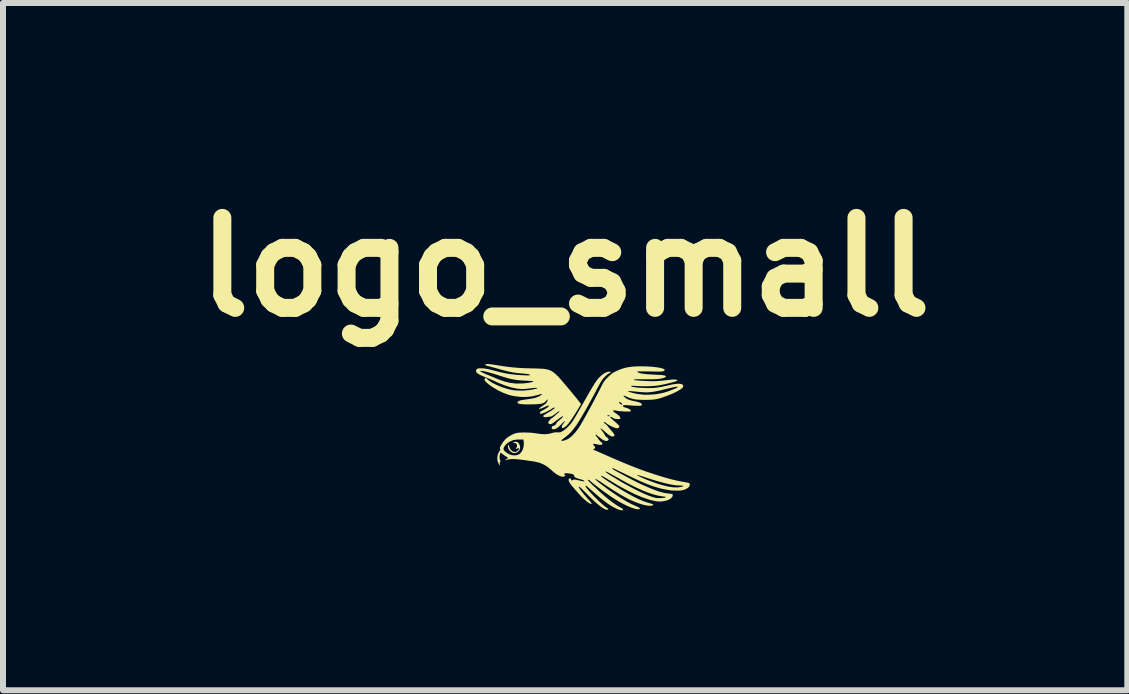
<source format=kicad_pcb>
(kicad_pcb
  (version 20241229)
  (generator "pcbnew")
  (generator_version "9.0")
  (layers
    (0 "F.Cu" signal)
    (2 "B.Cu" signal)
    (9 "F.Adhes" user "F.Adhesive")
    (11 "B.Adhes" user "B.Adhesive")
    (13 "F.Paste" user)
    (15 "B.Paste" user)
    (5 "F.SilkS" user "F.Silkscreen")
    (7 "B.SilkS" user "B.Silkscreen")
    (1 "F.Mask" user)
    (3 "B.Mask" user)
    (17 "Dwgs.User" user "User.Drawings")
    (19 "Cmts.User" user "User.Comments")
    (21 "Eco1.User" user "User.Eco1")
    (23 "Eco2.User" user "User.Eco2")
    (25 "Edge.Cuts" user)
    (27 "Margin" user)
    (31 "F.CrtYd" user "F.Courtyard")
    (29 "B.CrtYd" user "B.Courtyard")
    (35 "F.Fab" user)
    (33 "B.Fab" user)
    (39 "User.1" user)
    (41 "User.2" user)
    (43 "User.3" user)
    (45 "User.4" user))
  (footprint "logo_small"
    (layer "F.Cu")
    (at 6.621 4.204)
    (property "Reference" "logo_small" (at -0.25 -2.8 0) (layer "F.SilkS") (effects (font (size 1.5 1.5) (thickness 0.3))))
    (attr board_only exclude_from_pos_files exclude_from_bom)
    (fp_poly (pts (xy -1.042 0.118) (xy -1.02 0.14) (xy -1.004 0.176) (xy -1.002 0.185) (xy -1.001 0.22) (xy -1.013 0.252) (xy -1.035 0.277) (xy -1.064 0.294) (xy -1.096 0.3) (xy -1.129 0.293) (xy -1.136 0.29) (xy -1.173 0.262) (xy -1.195 0.228) (xy -1.202 0.204) (xy -1.204 0.177) (xy -1.201 0.163) (xy -1.195 0.162) (xy -1.187 0.177) (xy -1.182 0.193) (xy -1.165 0.232) (xy -1.139 0.262) (xy -1.107 0.278) (xy -1.099 0.28) (xy -1.076 0.281) (xy -1.057 0.272) (xy -1.045 0.263) (xy -1.028 0.246) (xy -1.019 0.23) (xy -1.019 0.226) (xy -1.02 0.216) (xy -1.028 0.216) (xy -1.041 0.222) (xy -1.059 0.229) (xy -1.07 0.228) (xy -1.069 0.22) (xy -1.063 0.213) (xy -1.053 0.193) (xy -1.052 0.168) (xy -1.061 0.146) (xy -1.064 0.142) (xy -1.081 0.133) (xy -1.102 0.129) (xy -1.128 0.128) (xy -1.101 0.116) (xy -1.069 0.109)) (stroke (width 0) (type solid)) (fill yes) (layer "F.SilkS"))
    (fp_poly (pts (xy -1.515 -1.184) (xy -1.465 -1.178) (xy -1.401 -1.168) (xy -1.387 -1.166) (xy -1.287 -1.15) (xy -1.195 -1.137) (xy -1.108 -1.128) (xy -1.02 -1.121) (xy -0.926 -1.116) (xy -0.821 -1.113) (xy -0.801 -1.113) (xy -0.731 -1.111) (xy -0.672 -1.109) (xy -0.62 -1.106) (xy -0.576 -1.101) (xy -0.536 -1.092) (xy -0.5 -1.08) (xy -0.466 -1.062) (xy -0.432 -1.038) (xy -0.397 -1.007) (xy -0.358 -0.968) (xy -0.315 -0.92) (xy -0.266 -0.862) (xy -0.208 -0.794) (xy -0.17 -0.748) (xy -0.134 -0.705) (xy -0.099 -0.662) (xy -0.067 -0.624) (xy -0.041 -0.591) (xy -0.023 -0.568) (xy -0.02 -0.564) (xy 0.016 -0.517) (xy -0.042 -0.422) (xy -0.088 -0.347) (xy -0.128 -0.286) (xy -0.162 -0.236) (xy -0.192 -0.196) (xy -0.218 -0.166) (xy -0.241 -0.144) (xy -0.263 -0.128) (xy -0.27 -0.124) (xy -0.287 -0.117) (xy -0.296 -0.118) (xy -0.3 -0.123) (xy -0.306 -0.14) (xy -0.302 -0.158) (xy -0.287 -0.182) (xy -0.278 -0.193) (xy -0.26 -0.216) (xy -0.252 -0.229) (xy -0.255 -0.232) (xy -0.265 -0.226) (xy -0.283 -0.211) (xy -0.306 -0.189) (xy -0.314 -0.18) (xy -0.355 -0.139) (xy -0.393 -0.113) (xy -0.427 -0.099) (xy -0.448 -0.097) (xy -0.467 -0.103) (xy -0.473 -0.114) (xy -0.473 -0.134) (xy -0.461 -0.149) (xy -0.445 -0.154) (xy -0.429 -0.159) (xy -0.411 -0.173) (xy -0.399 -0.19) (xy -0.396 -0.198) (xy -0.39 -0.208) (xy -0.374 -0.225) (xy -0.351 -0.245) (xy -0.34 -0.255) (xy -0.307 -0.282) (xy -0.289 -0.301) (xy -0.283 -0.312) (xy -0.29 -0.315) (xy -0.29 -0.315) (xy -0.3 -0.311) (xy -0.319 -0.299) (xy -0.344 -0.281) (xy -0.362 -0.268) (xy -0.406 -0.236) (xy -0.438 -0.212) (xy -0.462 -0.196) (xy -0.48 -0.187) (xy -0.492 -0.183) (xy -0.503 -0.183) (xy -0.512 -0.186) (xy -0.528 -0.196) (xy -0.534 -0.208) (xy -0.528 -0.22) (xy -0.515 -0.239) (xy -0.498 -0.26) (xy -0.481 -0.278) (xy -0.467 -0.289) (xy -0.462 -0.291) (xy -0.452 -0.296) (xy -0.436 -0.31) (xy -0.423 -0.321) (xy -0.399 -0.344) (xy -0.374 -0.365) (xy -0.364 -0.373) (xy -0.349 -0.386) (xy -0.344 -0.396) (xy -0.345 -0.398) (xy -0.354 -0.396) (xy -0.373 -0.385) (xy -0.398 -0.368) (xy -0.414 -0.355) (xy -0.445 -0.332) (xy -0.468 -0.318) (xy -0.486 -0.31) (xy -0.503 -0.307) (xy -0.508 -0.307) (xy -0.535 -0.305) (xy -0.558 -0.301) (xy -0.56 -0.3) (xy -0.58 -0.298) (xy -0.6 -0.302) (xy -0.614 -0.312) (xy -0.617 -0.319) (xy -0.61 -0.327) (xy -0.593 -0.34) (xy -0.568 -0.355) (xy -0.561 -0.36) (xy -0.521 -0.383) (xy -0.485 -0.406) (xy -0.454 -0.426) (xy -0.433 -0.442) (xy -0.422 -0.453) (xy -0.421 -0.455) (xy -0.426 -0.461) (xy -0.442 -0.457) (xy -0.465 -0.445) (xy -0.469 -0.442) (xy -0.503 -0.42) (xy -0.542 -0.399) (xy -0.581 -0.381) (xy -0.615 -0.366) (xy -0.64 -0.359) (xy -0.642 -0.358) (xy -0.661 -0.356) (xy -0.67 -0.359) (xy -0.67 -0.369) (xy -0.67 -0.373) (xy -0.661 -0.39) (xy -0.638 -0.405) (xy -0.635 -0.407) (xy -0.61 -0.42) (xy -0.583 -0.436) (xy -0.556 -0.453) (xy -0.534 -0.469) (xy -0.52 -0.481) (xy -0.518 -0.486) (xy -0.522 -0.492) (xy -0.536 -0.491) (xy -0.562 -0.482) (xy -0.599 -0.465) (xy -0.6 -0.465) (xy -0.635 -0.449) (xy -0.663 -0.44) (xy -0.68 -0.437) (xy -0.685 -0.441) (xy -0.683 -0.445) (xy -0.674 -0.453) (xy -0.656 -0.467) (xy -0.63 -0.485) (xy -0.621 -0.491) (xy -0.587 -0.515) (xy -0.565 -0.536) (xy -0.551 -0.557) (xy -0.549 -0.561) (xy -0.54 -0.586) (xy -0.539 -0.596) (xy -0.547 -0.593) (xy -0.563 -0.576) (xy -0.566 -0.573) (xy -0.583 -0.555) (xy -0.601 -0.541) (xy -0.623 -0.53) (xy -0.652 -0.523) (xy -0.689 -0.518) (xy -0.737 -0.515) (xy -0.798 -0.513) (xy -0.809 -0.513) (xy -0.882 -0.512) (xy -0.94 -0.514) (xy -0.985 -0.517) (xy -1.016 -0.522) (xy -1.035 -0.529) (xy -1.043 -0.539) (xy -1.043 -0.542) (xy -1.039 -0.556) (xy -1.026 -0.567) (xy -1.003 -0.577) (xy -0.967 -0.585) (xy -0.916 -0.593) (xy -0.906 -0.594) (xy -0.839 -0.604) (xy -0.785 -0.613) (xy -0.742 -0.624) (xy -0.707 -0.636) (xy -0.677 -0.65) (xy -0.651 -0.668) (xy -0.647 -0.671) (xy -0.636 -0.682) (xy -0.637 -0.686) (xy -0.65 -0.685) (xy -0.678 -0.678) (xy -0.715 -0.667) (xy -0.798 -0.647) (xy -0.89 -0.637) (xy -0.985 -0.637) (xy -1.081 -0.647) (xy -1.172 -0.666) (xy -1.178 -0.668) (xy -1.269 -0.7) (xy -1.362 -0.743) (xy -1.451 -0.795) (xy -1.472 -0.809) (xy -1.519 -0.843) (xy -1.553 -0.87) (xy -1.576 -0.892) (xy -1.589 -0.91) (xy -1.593 -0.926) (xy -1.593 -0.927) (xy -1.588 -0.946) (xy -1.576 -0.952) (xy -1.559 -0.945) (xy -1.55 -0.936) (xy -1.522 -0.91) (xy -1.481 -0.882) (xy -1.429 -0.854) (xy -1.37 -0.827) (xy -1.306 -0.801) (xy -1.24 -0.779) (xy -1.175 -0.761) (xy -1.132 -0.752) (xy -1.076 -0.745) (xy -1.009 -0.742) (xy -0.938 -0.743) (xy -0.869 -0.749) (xy -0.805 -0.758) (xy -0.801 -0.759) (xy -0.767 -0.766) (xy -0.738 -0.773) (xy -0.719 -0.777) (xy -0.714 -0.779) (xy -0.714 -0.785) (xy -0.729 -0.788) (xy -0.755 -0.788) (xy -0.79 -0.785) (xy -0.825 -0.781) (xy -0.868 -0.775) (xy -0.912 -0.771) (xy -0.95 -0.769) (xy -0.963 -0.768) (xy -1.047 -0.775) (xy -1.14 -0.793) (xy -1.243 -0.825) (xy -1.354 -0.868) (xy -1.412 -0.894) (xy -1.454 -0.914) (xy -1.501 -0.934) (xy -1.545 -0.952) (xy -1.562 -0.958) (xy -1.626 -0.985) (xy -1.676 -1.008) (xy -1.71 -1.029) (xy -1.725 -1.042) (xy -1.736 -1.064) (xy -1.735 -1.071) (xy -1.665 -1.071) (xy -1.664 -1.065) (xy -1.65 -1.055) (xy -1.624 -1.041) (xy -1.584 -1.022) (xy -1.54 -1.004) (xy -1.494 -0.985) (xy -1.443 -0.964) (xy -1.394 -0.943) (xy -1.363 -0.93) (xy -1.265 -0.895) (xy -1.17 -0.872) (xy -1.073 -0.86) (xy -0.971 -0.861) (xy -0.917 -0.865) (xy -0.874 -0.87) (xy -0.835 -0.877) (xy -0.804 -0.884) (xy -0.784 -0.891) (xy -0.776 -0.898) (xy -0.784 -0.9) (xy -0.805 -0.902) (xy -0.837 -0.904) (xy -0.878 -0.907) (xy -0.913 -0.908) (xy -0.98 -0.912) (xy -1.042 -0.917) (xy -1.101 -0.926) (xy -1.161 -0.938) (xy -1.226 -0.955) (xy -1.299 -0.977) (xy -1.379 -1.003) (xy -1.435 -1.021) (xy -1.489 -1.037) (xy -1.54 -1.051) (xy -1.585 -1.062) (xy -1.622 -1.069) (xy -1.649 -1.073) (xy -1.663 -1.072) (xy -1.665 -1.071) (xy -1.735 -1.071) (xy -1.733 -1.087) (xy -1.717 -1.105) (xy -1.714 -1.106) (xy -1.69 -1.113) (xy -1.654 -1.114) (xy -1.609 -1.112) (xy -1.559 -1.105) (xy -1.505 -1.094) (xy -1.471 -1.085) (xy -1.349 -1.053) (xy -1.231 -1.027) (xy -1.227 -1.027) (xy -1.188 -1.02) (xy -1.142 -1.014) (xy -1.091 -1.009) (xy -1.039 -1.004) (xy -0.988 -1) (xy -0.941 -0.998) (xy -0.899 -0.996) (xy -0.866 -0.996) (xy -0.845 -0.998) (xy -0.838 -1.001) (xy -0.837 -1.007) (xy -0.843 -1.012) (xy -0.859 -1.016) (xy -0.885 -1.02) (xy -0.925 -1.024) (xy -0.961 -1.027) (xy -1.026 -1.033) (xy -1.084 -1.04) (xy -1.139 -1.049) (xy -1.195 -1.061) (xy -1.256 -1.076) (xy -1.327 -1.095) (xy -1.358 -1.104) (xy -1.408 -1.118) (xy -1.454 -1.13) (xy -1.493 -1.141) (xy -1.523 -1.149) (xy -1.541 -1.153) (xy -1.542 -1.153) (xy -1.563 -1.16) (xy -1.577 -1.169) (xy -1.577 -1.169) (xy -1.581 -1.179) (xy -1.572 -1.184) (xy -1.55 -1.186)) (stroke (width 0) (type solid)) (fill yes) (layer "F.SilkS"))
    (fp_poly (pts (xy 1.083 -1.146) (xy 1.152 -1.143) (xy 1.217 -1.138) (xy 1.276 -1.131) (xy 1.327 -1.123) (xy 1.367 -1.113) (xy 1.395 -1.103) (xy 1.406 -1.096) (xy 1.412 -1.087) (xy 1.406 -1.078) (xy 1.395 -1.071) (xy 1.388 -1.067) (xy 1.378 -1.064) (xy 1.364 -1.061) (xy 1.344 -1.06) (xy 1.316 -1.059) (xy 1.278 -1.059) (xy 1.228 -1.06) (xy 1.164 -1.062) (xy 1.16 -1.062) (xy 1.092 -1.063) (xy 1.037 -1.063) (xy 0.994 -1.063) (xy 0.965 -1.062) (xy 0.952 -1.06) (xy 0.951 -1.059) (xy 0.961 -1.048) (xy 0.979 -1.039) (xy 1.006 -1.031) (xy 1.044 -1.024) (xy 1.093 -1.018) (xy 1.155 -1.013) (xy 1.231 -1.009) (xy 1.282 -1.006) (xy 1.337 -1.003) (xy 1.377 -1) (xy 1.405 -0.995) (xy 1.422 -0.99) (xy 1.43 -0.983) (xy 1.431 -0.978) (xy 1.424 -0.968) (xy 1.402 -0.957) (xy 1.369 -0.947) (xy 1.326 -0.939) (xy 1.323 -0.938) (xy 1.288 -0.935) (xy 1.24 -0.932) (xy 1.18 -0.931) (xy 1.111 -0.931) (xy 1.083 -0.931) (xy 1.02 -0.932) (xy 0.971 -0.932) (xy 0.935 -0.931) (xy 0.912 -0.929) (xy 0.9 -0.926) (xy 0.897 -0.921) (xy 0.899 -0.918) (xy 0.908 -0.916) (xy 0.93 -0.914) (xy 0.963 -0.911) (xy 1.005 -0.908) (xy 1.052 -0.905) (xy 1.128 -0.901) (xy 1.196 -0.899) (xy 1.26 -0.9) (xy 1.324 -0.904) (xy 1.396 -0.911) (xy 1.465 -0.919) (xy 1.522 -0.925) (xy 1.565 -0.928) (xy 1.594 -0.926) (xy 1.613 -0.921) (xy 1.622 -0.911) (xy 1.623 -0.91) (xy 1.616 -0.905) (xy 1.597 -0.897) (xy 1.566 -0.888) (xy 1.528 -0.877) (xy 1.484 -0.866) (xy 1.438 -0.855) (xy 1.391 -0.845) (xy 1.347 -0.836) (xy 1.31 -0.829) (xy 1.232 -0.82) (xy 1.142 -0.815) (xy 1.043 -0.815) (xy 0.942 -0.819) (xy 0.899 -0.822) (xy 0.871 -0.823) (xy 0.854 -0.822) (xy 0.848 -0.82) (xy 0.849 -0.816) (xy 0.851 -0.814) (xy 0.869 -0.806) (xy 0.901 -0.8) (xy 0.943 -0.794) (xy 0.993 -0.79) (xy 1.049 -0.787) (xy 1.108 -0.785) (xy 1.166 -0.785) (xy 1.222 -0.787) (xy 1.273 -0.791) (xy 1.286 -0.793) (xy 1.32 -0.798) (xy 1.365 -0.806) (xy 1.414 -0.817) (xy 1.462 -0.828) (xy 1.468 -0.829) (xy 1.544 -0.846) (xy 1.605 -0.855) (xy 1.654 -0.857) (xy 1.688 -0.852) (xy 1.707 -0.842) (xy 1.719 -0.83) (xy 1.72 -0.817) (xy 1.716 -0.803) (xy 1.701 -0.784) (xy 1.671 -0.761) (xy 1.629 -0.736) (xy 1.576 -0.708) (xy 1.512 -0.68) (xy 1.44 -0.652) (xy 1.4 -0.638) (xy 1.346 -0.619) (xy 1.298 -0.606) (xy 1.253 -0.597) (xy 1.206 -0.591) (xy 1.152 -0.589) (xy 1.087 -0.588) (xy 1.08 -0.588) (xy 1.01 -0.589) (xy 0.953 -0.592) (xy 0.905 -0.598) (xy 0.862 -0.608) (xy 0.821 -0.621) (xy 0.779 -0.639) (xy 0.753 -0.651) (xy 0.732 -0.659) (xy 0.722 -0.663) (xy 0.722 -0.663) (xy 0.724 -0.657) (xy 0.733 -0.643) (xy 0.735 -0.641) (xy 0.761 -0.616) (xy 0.802 -0.594) (xy 0.855 -0.577) (xy 0.892 -0.568) (xy 0.941 -0.559) (xy 0.976 -0.549) (xy 1 -0.54) (xy 1.016 -0.53) (xy 1.025 -0.52) (xy 1.031 -0.507) (xy 1.027 -0.498) (xy 1.014 -0.492) (xy 0.989 -0.489) (xy 0.951 -0.489) (xy 0.9 -0.491) (xy 0.859 -0.494) (xy 0.805 -0.498) (xy 0.765 -0.5) (xy 0.738 -0.5) (xy 0.723 -0.498) (xy 0.719 -0.495) (xy 0.713 -0.485) (xy 0.721 -0.474) (xy 0.742 -0.464) (xy 0.768 -0.456) (xy 0.802 -0.444) (xy 0.829 -0.429) (xy 0.844 -0.414) (xy 0.847 -0.402) (xy 0.837 -0.396) (xy 0.812 -0.393) (xy 0.788 -0.393) (xy 0.743 -0.394) (xy 0.7 -0.397) (xy 0.662 -0.399) (xy 0.632 -0.402) (xy 0.613 -0.406) (xy 0.609 -0.407) (xy 0.597 -0.411) (xy 0.578 -0.412) (xy 0.558 -0.41) (xy 0.547 -0.406) (xy 0.546 -0.405) (xy 0.551 -0.398) (xy 0.566 -0.385) (xy 0.589 -0.368) (xy 0.594 -0.365) (xy 0.633 -0.337) (xy 0.657 -0.314) (xy 0.669 -0.293) (xy 0.671 -0.281) (xy 0.669 -0.273) (xy 0.659 -0.269) (xy 0.638 -0.267) (xy 0.625 -0.267) (xy 0.591 -0.269) (xy 0.566 -0.277) (xy 0.548 -0.287) (xy 0.522 -0.303) (xy 0.506 -0.307) (xy 0.501 -0.3) (xy 0.507 -0.292) (xy 0.523 -0.276) (xy 0.546 -0.254) (xy 0.575 -0.228) (xy 0.578 -0.226) (xy 0.607 -0.2) (xy 0.631 -0.177) (xy 0.648 -0.16) (xy 0.655 -0.152) (xy 0.655 -0.151) (xy 0.65 -0.134) (xy 0.637 -0.119) (xy 0.624 -0.113) (xy 0.594 -0.118) (xy 0.556 -0.131) (xy 0.514 -0.15) (xy 0.474 -0.173) (xy 0.44 -0.196) (xy 0.431 -0.204) (xy 0.414 -0.215) (xy 0.399 -0.217) (xy 0.392 -0.213) (xy 0.397 -0.206) (xy 0.414 -0.193) (xy 0.415 -0.193) (xy 0.438 -0.174) (xy 0.457 -0.154) (xy 0.461 -0.148) (xy 0.473 -0.132) (xy 0.492 -0.108) (xy 0.516 -0.081) (xy 0.525 -0.071) (xy 0.554 -0.036) (xy 0.57 -0.01) (xy 0.573 0.008) (xy 0.563 0.019) (xy 0.548 0.023) (xy 0.524 0.021) (xy 0.497 0.009) (xy 0.464 -0.014) (xy 0.436 -0.038) (xy 0.397 -0.073) (xy 0.368 -0.096) (xy 0.349 -0.109) (xy 0.34 -0.112) (xy 0.342 -0.104) (xy 0.355 -0.084) (xy 0.372 -0.064) (xy 0.391 -0.039) (xy 0.405 -0.017) (xy 0.412 -0.002) (xy 0.412 -0.001) (xy 0.419 0.012) (xy 0.435 0.028) (xy 0.445 0.035) (xy 0.468 0.053) (xy 0.476 0.069) (xy 0.471 0.083) (xy 0.467 0.087) (xy 0.446 0.098) (xy 0.416 0.095) (xy 0.379 0.078) (xy 0.335 0.047) (xy 0.31 0.027) (xy 0.285 0.006) (xy 0.27 -0.005) (xy 0.262 -0.006) (xy 0.259 -0.000415) (xy 0.259 0.004) (xy 0.263 0.015) (xy 0.266 0.016) (xy 0.274 0.023) (xy 0.287 0.039) (xy 0.298 0.056) (xy 0.316 0.081) (xy 0.337 0.104) (xy 0.347 0.113) (xy 0.363 0.127) (xy 0.372 0.14) (xy 0.372 0.142) (xy 0.366 0.156) (xy 0.349 0.162) (xy 0.32 0.161) (xy 0.281 0.154) (xy 0.25 0.147) (xy 0.231 0.144) (xy 0.222 0.144) (xy 0.219 0.149) (xy 0.218 0.155) (xy 0.225 0.171) (xy 0.235 0.18) (xy 0.249 0.196) (xy 0.248 0.214) (xy 0.233 0.23) (xy 0.216 0.242) (xy 0.235 0.25) (xy 0.25 0.255) (xy 0.275 0.266) (xy 0.309 0.281) (xy 0.348 0.298) (xy 0.36 0.303) (xy 0.478 0.355) (xy 0.583 0.401) (xy 0.677 0.441) (xy 0.762 0.476) (xy 0.839 0.508) (xy 0.91 0.536) (xy 0.977 0.562) (xy 1.042 0.586) (xy 1.107 0.609) (xy 1.173 0.631) (xy 1.182 0.634) (xy 1.317 0.678) (xy 1.439 0.714) (xy 1.547 0.743) (xy 1.642 0.765) (xy 1.702 0.776) (xy 1.749 0.784) (xy 1.783 0.791) (xy 1.805 0.796) (xy 1.818 0.801) (xy 1.825 0.808) (xy 1.827 0.816) (xy 1.828 0.828) (xy 1.828 0.829) (xy 1.82 0.855) (xy 1.798 0.879) (xy 1.761 0.9) (xy 1.735 0.911) (xy 1.693 0.921) (xy 1.639 0.925) (xy 1.576 0.925) (xy 1.507 0.92) (xy 1.436 0.909) (xy 1.407 0.903) (xy 1.342 0.889) (xy 1.279 0.871) (xy 1.213 0.851) (xy 1.144 0.826) (xy 1.07 0.796) (xy 0.989 0.761) (xy 0.898 0.719) (xy 0.797 0.671) (xy 0.789 0.667) (xy 0.949 0.667) (xy 0.96 0.675) (xy 0.983 0.687) (xy 1.016 0.703) (xy 1.056 0.721) (xy 1.102 0.74) (xy 1.152 0.76) (xy 1.172 0.767) (xy 1.286 0.809) (xy 1.389 0.839) (xy 1.48 0.86) (xy 1.559 0.871) (xy 1.628 0.872) (xy 1.68 0.864) (xy 1.71 0.856) (xy 1.724 0.849) (xy 1.721 0.844) (xy 1.703 0.842) (xy 1.68 0.841) (xy 1.605 0.837) (xy 1.518 0.824) (xy 1.417 0.802) (xy 1.304 0.772) (xy 1.177 0.733) (xy 1.124 0.716) (xy 1.076 0.7) (xy 1.032 0.686) (xy 0.995 0.675) (xy 0.967 0.667) (xy 0.952 0.664) (xy 0.95 0.664) (xy 0.949 0.667) (xy 0.789 0.667) (xy 0.747 0.646) (xy 0.695 0.621) (xy 0.647 0.598) (xy 0.606 0.578) (xy 0.574 0.563) (xy 0.552 0.553) (xy 0.543 0.55) (xy 0.543 0.55) (xy 0.534 0.553) (xy 0.539 0.561) (xy 0.559 0.576) (xy 0.594 0.597) (xy 0.604 0.602) (xy 0.698 0.653) (xy 0.779 0.697) (xy 0.849 0.734) (xy 0.91 0.766) (xy 0.963 0.793) (xy 1.01 0.815) (xy 1.047 0.832) (xy 1.131 0.869) (xy 1.203 0.899) (xy 1.266 0.923) (xy 1.321 0.942) (xy 1.37 0.956) (xy 1.417 0.966) (xy 1.462 0.972) (xy 1.482 0.975) (xy 1.513 0.978) (xy 1.532 0.981) (xy 1.541 0.986) (xy 1.544 0.994) (xy 1.545 1.002) (xy 1.537 1.029) (xy 1.516 1.053) (xy 1.483 1.074) (xy 1.442 1.09) (xy 1.394 1.101) (xy 1.342 1.107) (xy 1.288 1.105) (xy 1.251 1.1) (xy 1.15 1.075) (xy 1.038 1.037) (xy 0.917 0.986) (xy 0.787 0.922) (xy 0.646 0.846) (xy 0.497 0.756) (xy 0.487 0.751) (xy 0.438 0.721) (xy 0.401 0.699) (xy 0.374 0.686) (xy 0.358 0.68) (xy 0.349 0.681) (xy 0.348 0.685) (xy 0.354 0.692) (xy 0.372 0.705) (xy 0.398 0.724) (xy 0.431 0.747) (xy 0.451 0.76) (xy 0.578 0.842) (xy 0.693 0.914) (xy 0.798 0.975) (xy 0.893 1.027) (xy 0.978 1.069) (xy 1.055 1.101) (xy 1.124 1.125) (xy 1.153 1.133) (xy 1.191 1.144) (xy 1.213 1.154) (xy 1.221 1.163) (xy 1.212 1.171) (xy 1.194 1.176) (xy 1.154 1.178) (xy 1.103 1.172) (xy 1.043 1.158) (xy 0.976 1.137) (xy 0.906 1.11) (xy 0.833 1.078) (xy 0.763 1.042) (xy 0.673 0.992) (xy 0.581 0.936) (xy 0.483 0.873) (xy 0.403 0.82) (xy 0.349 0.783) (xy 0.307 0.757) (xy 0.277 0.739) (xy 0.258 0.73) (xy 0.251 0.729) (xy 0.254 0.736) (xy 0.267 0.75) (xy 0.29 0.77) (xy 0.323 0.797) (xy 0.365 0.829) (xy 0.415 0.867) (xy 0.473 0.91) (xy 0.489 0.921) (xy 0.595 0.994) (xy 0.69 1.056) (xy 0.775 1.107) (xy 0.853 1.148) (xy 0.923 1.18) (xy 0.926 1.181) (xy 0.965 1.199) (xy 0.989 1.213) (xy 0.998 1.224) (xy 0.993 1.232) (xy 0.977 1.236) (xy 0.944 1.234) (xy 0.9 1.224) (xy 0.847 1.205) (xy 0.787 1.18) (xy 0.722 1.148) (xy 0.653 1.111) (xy 0.583 1.069) (xy 0.533 1.037) (xy 0.491 1.008) (xy 0.444 0.975) (xy 0.394 0.94) (xy 0.344 0.903) (xy 0.297 0.867) (xy 0.253 0.834) (xy 0.216 0.805) (xy 0.188 0.781) (xy 0.171 0.765) (xy 0.17 0.765) (xy 0.153 0.75) (xy 0.139 0.744) (xy 0.13 0.747) (xy 0.129 0.751) (xy 0.135 0.759) (xy 0.151 0.776) (xy 0.176 0.801) (xy 0.207 0.832) (xy 0.244 0.866) (xy 0.284 0.903) (xy 0.325 0.942) (xy 0.367 0.979) (xy 0.406 1.014) (xy 0.414 1.021) (xy 0.47 1.067) (xy 0.528 1.112) (xy 0.586 1.153) (xy 0.639 1.187) (xy 0.677 1.208) (xy 0.704 1.224) (xy 0.717 1.238) (xy 0.717 1.248) (xy 0.705 1.253) (xy 0.684 1.253) (xy 0.655 1.246) (xy 0.627 1.235) (xy 0.573 1.21) (xy 0.518 1.179) (xy 0.462 1.143) (xy 0.402 1.098) (xy 0.335 1.046) (xy 0.261 0.982) (xy 0.223 0.949) (xy 0.186 0.916) (xy 0.153 0.887) (xy 0.126 0.864) (xy 0.106 0.848) (xy 0.096 0.841) (xy 0.096 0.841) (xy 0.089 0.847) (xy 0.089 0.851) (xy 0.095 0.864) (xy 0.111 0.886) (xy 0.135 0.915) (xy 0.166 0.95) (xy 0.201 0.988) (xy 0.24 1.028) (xy 0.28 1.068) (xy 0.319 1.106) (xy 0.356 1.14) (xy 0.389 1.169) (xy 0.416 1.19) (xy 0.421 1.194) (xy 0.451 1.216) (xy 0.468 1.231) (xy 0.47 1.241) (xy 0.459 1.245) (xy 0.452 1.245) (xy 0.422 1.239) (xy 0.384 1.219) (xy 0.337 1.187) (xy 0.282 1.142) (xy 0.219 1.086) (xy 0.149 1.017) (xy 0.115 0.982) (xy 0.068 0.935) (xy 0.032 0.899) (xy 0.005 0.874) (xy -0.013 0.86) (xy -0.022 0.857) (xy -0.023 0.864) (xy -0.021 0.87) (xy -0.01 0.89) (xy 0.01 0.919) (xy 0.037 0.955) (xy 0.07 0.995) (xy 0.105 1.036) (xy 0.131 1.064) (xy 0.162 1.099) (xy 0.182 1.123) (xy 0.192 1.138) (xy 0.193 1.146) (xy 0.191 1.147) (xy 0.171 1.144) (xy 0.143 1.129) (xy 0.108 1.104) (xy 0.068 1.069) (xy 0.032 1.035) (xy -0.01 0.991) (xy -0.052 0.944) (xy -0.093 0.897) (xy -0.13 0.854) (xy -0.159 0.817) (xy -0.173 0.797) (xy -0.188 0.768) (xy -0.192 0.744) (xy -0.186 0.727) (xy -0.172 0.721) (xy -0.157 0.723) (xy -0.154 0.729) (xy -0.149 0.745) (xy -0.146 0.751) (xy -0.139 0.758) (xy -0.129 0.753) (xy -0.126 0.75) (xy -0.117 0.744) (xy -0.105 0.741) (xy -0.087 0.741) (xy -0.06 0.746) (xy -0.022 0.754) (xy 0.008 0.761) (xy 0.037 0.767) (xy 0.059 0.771) (xy 0.071 0.772) (xy 0.072 0.772) (xy 0.071 0.764) (xy 0.057 0.753) (xy 0.029 0.743) (xy 0.018 0.739) (xy -0.028 0.726) (xy -0.061 0.715) (xy -0.081 0.705) (xy -0.093 0.696) (xy -0.097 0.685) (xy -0.097 0.683) (xy -0.103 0.664) (xy -0.113 0.655) (xy -0.131 0.649) (xy -0.159 0.643) (xy -0.192 0.638) (xy -0.222 0.636) (xy -0.245 0.636) (xy -0.25 0.636) (xy -0.264 0.645) (xy -0.265 0.657) (xy -0.253 0.667) (xy -0.243 0.672) (xy -0.247 0.678) (xy -0.254 0.684) (xy -0.281 0.694) (xy -0.315 0.69) (xy -0.356 0.674) (xy -0.403 0.646) (xy -0.448 0.61) (xy 0.422 0.61) (xy 0.433 0.621) (xy 0.446 0.631) (xy 0.472 0.649) (xy 0.508 0.672) (xy 0.552 0.699) (xy 0.601 0.728) (xy 0.654 0.76) (xy 0.708 0.792) (xy 0.762 0.822) (xy 0.791 0.838) (xy 0.889 0.891) (xy 0.981 0.937) (xy 1.066 0.977) (xy 1.142 1.009) (xy 1.209 1.032) (xy 1.257 1.046) (xy 1.282 1.049) (xy 1.315 1.05) (xy 1.351 1.049) (xy 1.385 1.047) (xy 1.41 1.043) (xy 1.419 1.04) (xy 1.429 1.036) (xy 1.431 1.032) (xy 1.423 1.029) (xy 1.403 1.025) (xy 1.369 1.021) (xy 1.369 1.021) (xy 1.293 1.007) (xy 1.211 0.985) (xy 1.122 0.954) (xy 1.025 0.915) (xy 0.919 0.866) (xy 0.803 0.808) (xy 0.677 0.739) (xy 0.615 0.704) (xy 0.568 0.678) (xy 0.525 0.654) (xy 0.488 0.634) (xy 0.459 0.619) (xy 0.441 0.611) (xy 0.437 0.609) (xy 0.423 0.607) (xy 0.422 0.61) (xy -0.448 0.61) (xy -0.454 0.605) (xy -0.48 0.582) (xy -0.543 0.529) (xy -0.606 0.49) (xy -0.673 0.462) (xy -0.749 0.443) (xy -0.784 0.437) (xy -0.819 0.432) (xy -0.863 0.426) (xy -0.909 0.419) (xy -0.934 0.415) (xy -1.019 0.405) (xy -1.09 0.399) (xy -1.148 0.399) (xy -1.193 0.405) (xy -1.205 0.407) (xy -1.235 0.414) (xy -1.25 0.416) (xy -1.249 0.412) (xy -1.234 0.403) (xy -1.23 0.401) (xy -1.21 0.388) (xy -1.206 0.377) (xy -1.218 0.366) (xy -1.223 0.363) (xy -1.239 0.353) (xy -1.262 0.338) (xy -1.284 0.322) (xy -1.326 0.29) (xy -1.335 0.313) (xy -1.342 0.342) (xy -1.343 0.375) (xy -1.339 0.405) (xy -1.333 0.42) (xy -1.326 0.434) (xy -1.331 0.442) (xy -1.333 0.444) (xy -1.34 0.455) (xy -1.339 0.479) (xy -1.338 0.482) (xy -1.336 0.5) (xy -1.339 0.504) (xy -1.347 0.495) (xy -1.36 0.472) (xy -1.367 0.459) (xy -1.379 0.42) (xy -1.381 0.375) (xy -1.373 0.328) (xy -1.356 0.285) (xy -1.337 0.257) (xy -1.329 0.243) (xy -1.332 0.234) (xy -1.277 0.234) (xy -1.273 0.247) (xy -1.262 0.262) (xy -1.243 0.279) (xy -1.2 0.31) (xy -1.153 0.33) (xy -1.105 0.338) (xy -1.058 0.335) (xy -1.018 0.319) (xy -1.007 0.312) (xy -0.978 0.281) (xy -0.956 0.239) (xy -0.942 0.191) (xy -0.938 0.14) (xy -0.941 0.102) (xy -0.947 0.073) (xy -1.013 0.073) (xy -1.05 0.074) (xy -1.087 0.078) (xy -1.115 0.084) (xy -1.117 0.084) (xy -1.162 0.103) (xy -1.204 0.128) (xy -1.239 0.158) (xy -1.263 0.189) (xy -1.275 0.217) (xy -1.277 0.234) (xy -1.332 0.234) (xy -1.333 0.232) (xy -1.338 0.221) (xy -1.336 0.206) (xy -1.327 0.184) (xy -1.309 0.153) (xy -1.288 0.12) (xy -1.246 0.068) (xy -1.19 0.024) (xy -1.125 -0.012) (xy -1.092 -0.026) (xy -1.068 -0.033) (xy -1.045 -0.038) (xy -1.02 -0.041) (xy -0.987 -0.043) (xy -0.944 -0.044) (xy -0.922 -0.044) (xy -0.846 -0.042) (xy -0.778 -0.036) (xy -0.729 -0.029) (xy -0.652 -0.018) (xy -0.586 -0.015) (xy -0.526 -0.021) (xy -0.479 -0.032) (xy -0.433 -0.044) (xy -0.395 -0.047) (xy -0.377 -0.046) (xy -0.351 -0.045) (xy -0.33 -0.049) (xy -0.306 -0.059) (xy -0.291 -0.067) (xy -0.248 -0.097) (xy -0.202 -0.138) (xy -0.158 -0.186) (xy -0.121 -0.238) (xy -0.118 -0.241) (xy -0.104 -0.264) (xy -0.083 -0.299) (xy -0.058 -0.341) (xy -0.031 -0.389) (xy -0.002 -0.439) (xy 0.008 -0.457) (xy 0.06 -0.549) (xy 0.105 -0.628) (xy 0.143 -0.695) (xy 0.176 -0.751) (xy 0.204 -0.799) (xy 0.228 -0.838) (xy 0.248 -0.869) (xy 0.266 -0.896) (xy 0.281 -0.917) (xy 0.296 -0.935) (xy 0.309 -0.951) (xy 0.312 -0.954) (xy 0.359 -0.999) (xy 0.404 -1.032) (xy 0.446 -1.052) (xy 0.484 -1.058) (xy 0.499 -1.056) (xy 0.521 -1.05) (xy 0.494 -1.037) (xy 0.463 -1.017) (xy 0.427 -0.987) (xy 0.393 -0.952) (xy 0.364 -0.916) (xy 0.353 -0.899) (xy 0.338 -0.874) (xy 0.319 -0.839) (xy 0.297 -0.799) (xy 0.275 -0.758) (xy 0.275 -0.756) (xy 0.232 -0.675) (xy 0.183 -0.586) (xy 0.133 -0.494) (xy 0.083 -0.405) (xy 0.038 -0.328) (xy -0.011 -0.246) (xy -0.055 -0.176) (xy -0.097 -0.118) (xy -0.137 -0.068) (xy -0.178 -0.025) (xy -0.221 0.013) (xy -0.261 0.044) (xy -0.286 0.063) (xy -0.305 0.079) (xy -0.315 0.09) (xy -0.315 0.092) (xy -0.309 0.096) (xy -0.291 0.095) (xy -0.266 0.09) (xy -0.237 0.08) (xy -0.21 0.068) (xy -0.209 0.068) (xy -0.169 0.042) (xy -0.124 0.002) (xy -0.079 -0.047) (xy -0.034 -0.106) (xy -0.015 -0.134) (xy 0.003 -0.162) (xy 0.027 -0.204) (xy 0.057 -0.255) (xy 0.09 -0.315) (xy 0.095 -0.323) (xy 0.453 -0.323) (xy 0.46 -0.317) (xy 0.473 -0.315) (xy 0.488 -0.318) (xy 0.493 -0.323) (xy 0.486 -0.33) (xy 0.473 -0.332) (xy 0.458 -0.329) (xy 0.453 -0.323) (xy 0.095 -0.323) (xy 0.127 -0.381) (xy 0.165 -0.451) (xy 0.204 -0.523) (xy 0.22 -0.554) (xy 0.648 -0.554) (xy 0.65 -0.545) (xy 0.658 -0.53) (xy 0.658 -0.53) (xy 0.671 -0.517) (xy 0.687 -0.51) (xy 0.699 -0.51) (xy 0.704 -0.518) (xy 0.698 -0.526) (xy 0.683 -0.538) (xy 0.667 -0.548) (xy 0.653 -0.554) (xy 0.648 -0.554) (xy 0.22 -0.554) (xy 0.242 -0.595) (xy 0.279 -0.666) (xy 0.312 -0.73) (xy 0.794 -0.73) (xy 0.797 -0.729) (xy 0.831 -0.716) (xy 0.876 -0.704) (xy 0.926 -0.692) (xy 0.976 -0.683) (xy 0.978 -0.683) (xy 1.06 -0.674) (xy 1.141 -0.673) (xy 1.228 -0.679) (xy 1.237 -0.679) (xy 1.282 -0.685) (xy 1.331 -0.694) (xy 1.375 -0.703) (xy 1.383 -0.704) (xy 1.42 -0.715) (xy 1.461 -0.728) (xy 1.505 -0.744) (xy 1.546 -0.76) (xy 1.582 -0.775) (xy 1.61 -0.788) (xy 1.625 -0.798) (xy 1.625 -0.799) (xy 1.631 -0.805) (xy 1.627 -0.808) (xy 1.611 -0.807) (xy 1.593 -0.805) (xy 1.57 -0.801) (xy 1.536 -0.794) (xy 1.493 -0.784) (xy 1.445 -0.773) (xy 1.407 -0.763) (xy 1.325 -0.743) (xy 1.256 -0.729) (xy 1.194 -0.719) (xy 1.137 -0.714) (xy 1.082 -0.714) (xy 1.024 -0.717) (xy 0.997 -0.719) (xy 0.937 -0.725) (xy 0.886 -0.73) (xy 0.844 -0.733) (xy 0.814 -0.734) (xy 0.797 -0.733) (xy 0.794 -0.73) (xy 0.312 -0.73) (xy 0.313 -0.732) (xy 0.344 -0.792) (xy 0.366 -0.837) (xy 0.385 -0.871) (xy 0.402 -0.898) (xy 0.421 -0.922) (xy 0.444 -0.947) (xy 0.465 -0.968) (xy 0.501 -1.002) (xy 0.533 -1.028) (xy 0.566 -1.048) (xy 0.601 -1.067) (xy 0.671 -1.097) (xy 0.739 -1.119) (xy 0.809 -1.134) (xy 0.886 -1.143) (xy 0.944 -1.146) (xy 1.013 -1.147)) (stroke (width 0) (type solid)) (fill yes) (layer "F.SilkS")))
  (gr_rect
    (start -3 -3)
    (end 15.743 8.457)
    (stroke (width 0.1) (type default))
    (fill no)
    (layer "Edge.Cuts")))
</source>
